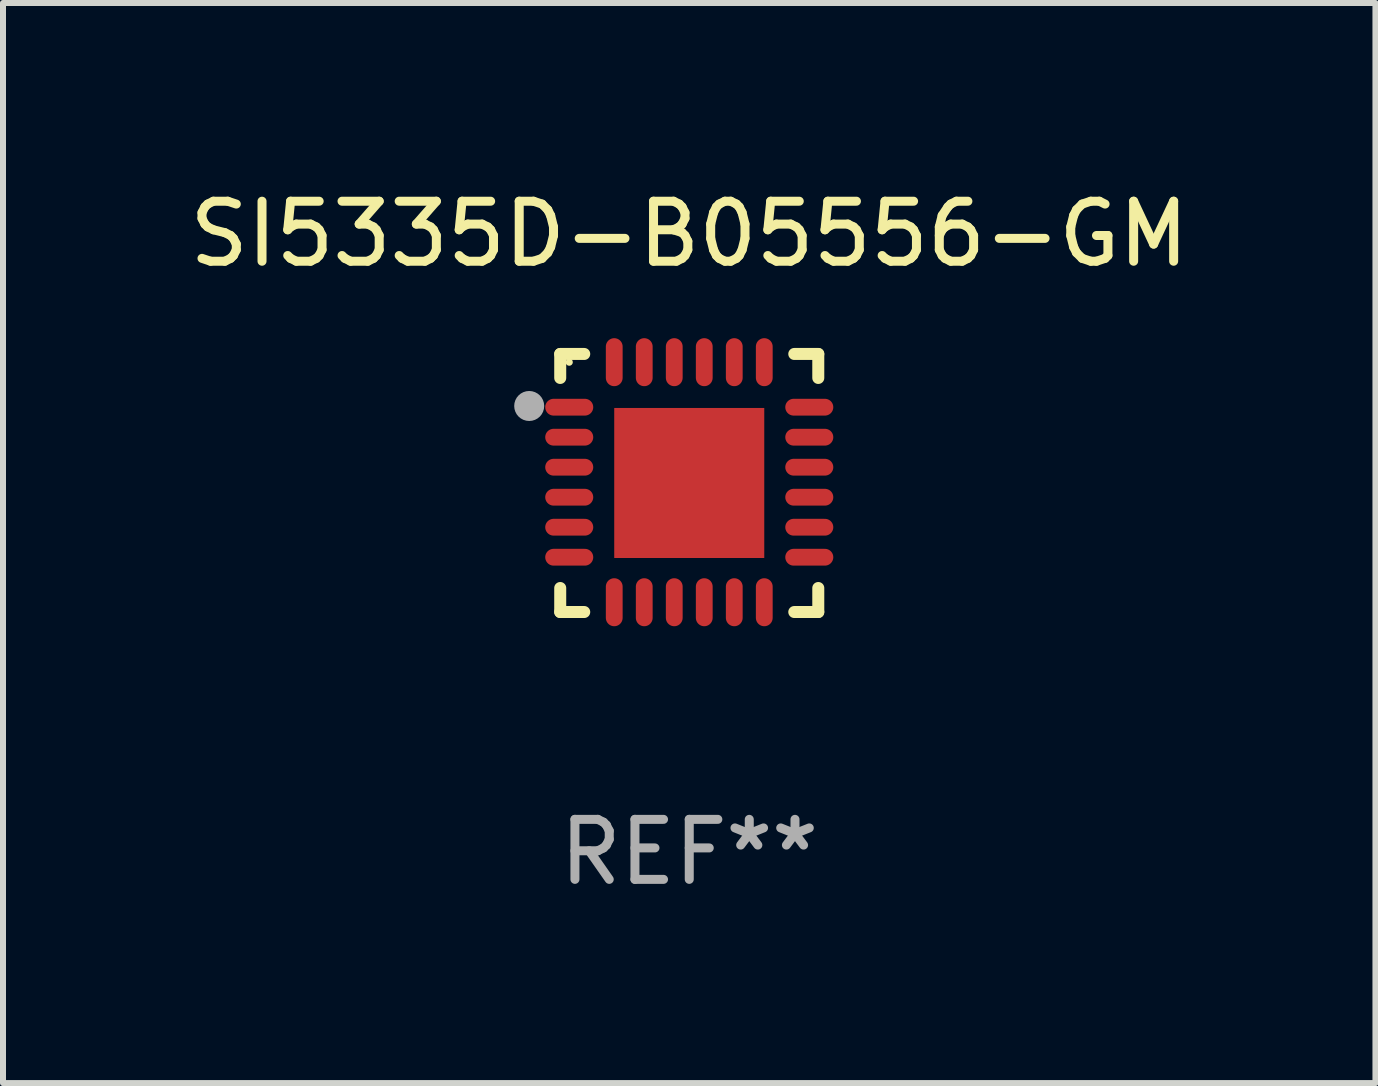
<source format=kicad_pcb>
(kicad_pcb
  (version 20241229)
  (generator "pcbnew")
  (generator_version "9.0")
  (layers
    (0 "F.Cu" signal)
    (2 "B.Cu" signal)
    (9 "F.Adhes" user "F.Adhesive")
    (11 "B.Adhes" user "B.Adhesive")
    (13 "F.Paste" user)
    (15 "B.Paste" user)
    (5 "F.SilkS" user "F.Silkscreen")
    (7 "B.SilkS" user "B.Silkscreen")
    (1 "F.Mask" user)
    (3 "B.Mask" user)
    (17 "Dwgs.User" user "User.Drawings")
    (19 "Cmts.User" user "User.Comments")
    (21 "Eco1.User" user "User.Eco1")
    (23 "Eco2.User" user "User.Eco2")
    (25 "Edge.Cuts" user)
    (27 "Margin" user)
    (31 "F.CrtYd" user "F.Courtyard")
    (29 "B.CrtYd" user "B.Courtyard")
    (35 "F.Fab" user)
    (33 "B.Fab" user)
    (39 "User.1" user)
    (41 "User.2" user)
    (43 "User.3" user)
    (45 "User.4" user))
  (footprint "SI5335D-B05556-GM"
    (layer "F.Cu")
    (at 8.435 4.998)
    (property "Reference" "SI5335D-B05556-GM" (at 0 -4.15 0) (layer "F.SilkS") (effects (font (size 1 1) (thickness 0.15))))
    (attr through_hole)
    (fp_line (start -2.15 -2.15) (end -1.75 -2.15) (stroke (width 0.2) (type solid)) (layer "F.SilkS"))
    (fp_line (start -2.15 -1.75) (end -2.15 -2.15) (stroke (width 0.2) (type solid)) (layer "F.SilkS"))
    (fp_line (start -2.15 2.15) (end -2.15 1.75) (stroke (width 0.2) (type solid)) (layer "F.SilkS"))
    (fp_line (start -1.75 2.15) (end -2.15 2.15) (stroke (width 0.2) (type solid)) (layer "F.SilkS"))
    (fp_line (start 1.75 -2.15) (end 2.15 -2.15) (stroke (width 0.2) (type solid)) (layer "F.SilkS"))
    (fp_line (start 1.75 2.15) (end 2.15 2.15) (stroke (width 0.2) (type solid)) (layer "F.SilkS"))
    (fp_line (start 2.15 -2.15) (end 2.15 -1.75) (stroke (width 0.2) (type solid)) (layer "F.SilkS"))
    (fp_line (start 2.15 2.15) (end 2.15 1.75) (stroke (width 0.2) (type solid)) (layer "F.SilkS"))
    (fp_circle (center -2 -2.013) (end -1.97 -2.013) (stroke (width 0.06) (type solid)) (fill no) (layer "F.SilkS"))
    (fp_circle (center -2.667 -1.283) (end -2.542 -1.283) (stroke (width 0.25) (type solid)) (fill no) (layer "F.Fab"))
    (fp_text user "REF**" (at 0 6.15 0) (layer "F.Fab") (effects (font (size 1 1) (thickness 0.15))))
    (pad "1" smd oval (at -2 -1.263) (size 0.8 0.28) (layers "F.Cu" "F.Mask" "F.Paste"))
    (pad "2" smd oval (at -2 -0.763) (size 0.8 0.28) (layers "F.Cu" "F.Mask" "F.Paste"))
    (pad "3" smd oval (at -2 -0.263) (size 0.8 0.28) (layers "F.Cu" "F.Mask" "F.Paste"))
    (pad "4" smd oval (at -2 0.237) (size 0.8 0.28) (layers "F.Cu" "F.Mask" "F.Paste"))
    (pad "5" smd oval (at -2 0.737) (size 0.8 0.28) (layers "F.Cu" "F.Mask" "F.Paste"))
    (pad "6" smd oval (at -2 1.237) (size 0.8 0.28) (layers "F.Cu" "F.Mask" "F.Paste"))
    (pad "7" smd oval (at -1.25 1.987) (size 0.28 0.8) (layers "F.Cu" "F.Mask" "F.Paste"))
    (pad "8" smd oval (at -0.75 1.987) (size 0.28 0.8) (layers "F.Cu" "F.Mask" "F.Paste"))
    (pad "9" smd oval (at -0.25 1.987) (size 0.28 0.8) (layers "F.Cu" "F.Mask" "F.Paste"))
    (pad "10" smd oval (at 0.25 1.987) (size 0.28 0.8) (layers "F.Cu" "F.Mask" "F.Paste"))
    (pad "11" smd oval (at 0.75 1.987) (size 0.28 0.8) (layers "F.Cu" "F.Mask" "F.Paste"))
    (pad "12" smd oval (at 1.25 1.987) (size 0.28 0.8) (layers "F.Cu" "F.Mask" "F.Paste"))
    (pad "13" smd oval (at 2 1.237) (size 0.8 0.28) (layers "F.Cu" "F.Mask" "F.Paste"))
    (pad "14" smd oval (at 2 0.737) (size 0.8 0.28) (layers "F.Cu" "F.Mask" "F.Paste"))
    (pad "15" smd oval (at 2 0.237) (size 0.8 0.28) (layers "F.Cu" "F.Mask" "F.Paste"))
    (pad "16" smd oval (at 2 -0.263) (size 0.8 0.28) (layers "F.Cu" "F.Mask" "F.Paste"))
    (pad "17" smd oval (at 2 -0.763) (size 0.8 0.28) (layers "F.Cu" "F.Mask" "F.Paste"))
    (pad "18" smd oval (at 2 -1.263) (size 0.8 0.28) (layers "F.Cu" "F.Mask" "F.Paste"))
    (pad "19" smd oval (at 1.25 -2.013) (size 0.28 0.8) (layers "F.Cu" "F.Mask" "F.Paste"))
    (pad "20" smd oval (at 0.75 -2.013) (size 0.28 0.8) (layers "F.Cu" "F.Mask" "F.Paste"))
    (pad "21" smd oval (at 0.25 -2.013) (size 0.28 0.8) (layers "F.Cu" "F.Mask" "F.Paste"))
    (pad "22" smd oval (at -0.25 -2.013) (size 0.28 0.8) (layers "F.Cu" "F.Mask" "F.Paste"))
    (pad "23" smd oval (at -0.75 -2.013) (size 0.28 0.8) (layers "F.Cu" "F.Mask" "F.Paste"))
    (pad "24" smd oval (at -1.25 -2.013) (size 0.28 0.8) (layers "F.Cu" "F.Mask" "F.Paste"))
    (pad "25" smd rect (at -0.000127 -0.00014) (size 2.5 2.5) (layers "F.Cu" "F.Mask" "F.Paste")))
  (gr_rect
    (start -3 -3)
    (end 19.869 14.997)
    (stroke (width 0.1) (type default))
    (fill no)
    (layer "Edge.Cuts")))
</source>
